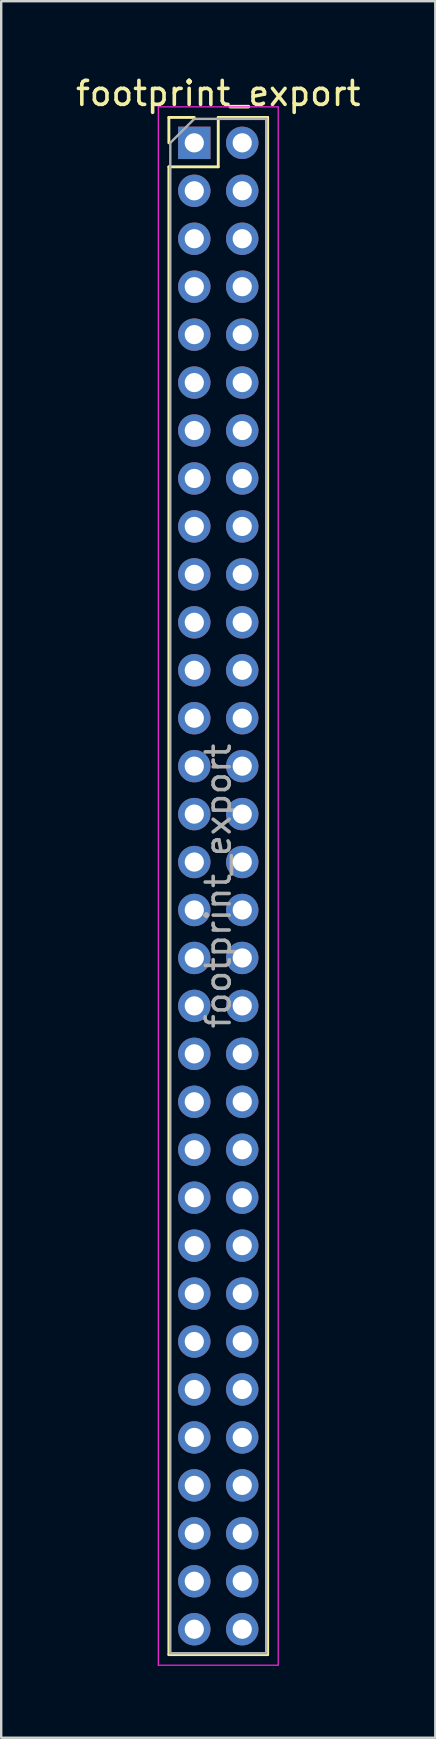
<source format=kicad_pcb>
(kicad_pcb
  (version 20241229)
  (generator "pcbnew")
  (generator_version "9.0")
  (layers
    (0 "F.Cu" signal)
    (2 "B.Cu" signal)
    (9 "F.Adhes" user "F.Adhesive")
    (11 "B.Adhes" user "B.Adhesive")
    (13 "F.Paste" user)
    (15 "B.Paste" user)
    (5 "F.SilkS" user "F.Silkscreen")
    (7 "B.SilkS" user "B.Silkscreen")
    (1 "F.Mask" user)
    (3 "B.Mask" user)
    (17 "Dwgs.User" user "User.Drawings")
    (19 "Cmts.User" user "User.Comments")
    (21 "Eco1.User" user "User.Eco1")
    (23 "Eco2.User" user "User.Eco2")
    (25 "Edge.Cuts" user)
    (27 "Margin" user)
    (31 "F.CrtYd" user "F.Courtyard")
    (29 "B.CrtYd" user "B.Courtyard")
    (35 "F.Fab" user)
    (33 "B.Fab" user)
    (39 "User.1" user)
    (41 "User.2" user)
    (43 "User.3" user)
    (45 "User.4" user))
  (footprint "footprint_export"
    (layer "F.Cu")
    (at 5.054 2.908)
    (property "Reference" "footprint_export" (at 1 -2.06 0) (layer "F.SilkS") (effects (font (size 1 1) (thickness 0.15))))
    (attr through_hole)
    (fp_line (start -1.06 -1.06) (end 0 -1.06) (stroke (width 0.12) (type solid)) (layer "F.SilkS"))
    (fp_line (start -1.06 0) (end -1.06 -1.06) (stroke (width 0.12) (type solid)) (layer "F.SilkS"))
    (fp_line (start -1.06 1) (end -1.06 63.06) (stroke (width 0.12) (type solid)) (layer "F.SilkS"))
    (fp_line (start -1.06 1) (end 1 1) (stroke (width 0.12) (type solid)) (layer "F.SilkS"))
    (fp_line (start -1.06 63.06) (end 3.06 63.06) (stroke (width 0.12) (type solid)) (layer "F.SilkS"))
    (fp_line (start 1 -1.06) (end 3.06 -1.06) (stroke (width 0.12) (type solid)) (layer "F.SilkS"))
    (fp_line (start 1 1) (end 1 -1.06) (stroke (width 0.12) (type solid)) (layer "F.SilkS"))
    (fp_line (start 3.06 -1.06) (end 3.06 63.06) (stroke (width 0.12) (type solid)) (layer "F.SilkS"))
    (fp_line (start -1.5 -1.5) (end -1.5 63.5) (stroke (width 0.05) (type solid)) (layer "F.CrtYd"))
    (fp_line (start -1.5 63.5) (end 3.5 63.5) (stroke (width 0.05) (type solid)) (layer "F.CrtYd"))
    (fp_line (start 3.5 -1.5) (end -1.5 -1.5) (stroke (width 0.05) (type solid)) (layer "F.CrtYd"))
    (fp_line (start 3.5 63.5) (end 3.5 -1.5) (stroke (width 0.05) (type solid)) (layer "F.CrtYd"))
    (fp_line (start -1 0) (end 0 -1) (stroke (width 0.1) (type solid)) (layer "F.Fab"))
    (fp_line (start -1 63) (end -1 0) (stroke (width 0.1) (type solid)) (layer "F.Fab"))
    (fp_line (start 0 -1) (end 3 -1) (stroke (width 0.1) (type solid)) (layer "F.Fab"))
    (fp_line (start 3 -1) (end 3 63) (stroke (width 0.1) (type solid)) (layer "F.Fab"))
    (fp_line (start 3 63) (end -1 63) (stroke (width 0.1) (type solid)) (layer "F.Fab"))
    (fp_text user "${REFERENCE}" (at 1 31 90) (layer "F.Fab") (effects (font (size 1 1) (thickness 0.15))))
    (pad "1" thru_hole rect (at 0 0) (size 1.35 1.35) (drill 0.8) (layers "*.Cu" "*.Mask"))
    (pad "2" thru_hole oval (at 2 0) (size 1.35 1.35) (drill 0.8) (layers "*.Cu" "*.Mask"))
    (pad "3" thru_hole oval (at 0 2) (size 1.35 1.35) (drill 0.8) (layers "*.Cu" "*.Mask"))
    (pad "4" thru_hole oval (at 2 2) (size 1.35 1.35) (drill 0.8) (layers "*.Cu" "*.Mask"))
    (pad "5" thru_hole oval (at 0 4) (size 1.35 1.35) (drill 0.8) (layers "*.Cu" "*.Mask"))
    (pad "6" thru_hole oval (at 2 4) (size 1.35 1.35) (drill 0.8) (layers "*.Cu" "*.Mask"))
    (pad "7" thru_hole oval (at 0 6) (size 1.35 1.35) (drill 0.8) (layers "*.Cu" "*.Mask"))
    (pad "8" thru_hole oval (at 2 6) (size 1.35 1.35) (drill 0.8) (layers "*.Cu" "*.Mask"))
    (pad "9" thru_hole oval (at 0 8) (size 1.35 1.35) (drill 0.8) (layers "*.Cu" "*.Mask"))
    (pad "10" thru_hole oval (at 2 8) (size 1.35 1.35) (drill 0.8) (layers "*.Cu" "*.Mask"))
    (pad "11" thru_hole oval (at 0 10) (size 1.35 1.35) (drill 0.8) (layers "*.Cu" "*.Mask"))
    (pad "12" thru_hole oval (at 2 10) (size 1.35 1.35) (drill 0.8) (layers "*.Cu" "*.Mask"))
    (pad "13" thru_hole oval (at 0 12) (size 1.35 1.35) (drill 0.8) (layers "*.Cu" "*.Mask"))
    (pad "14" thru_hole oval (at 2 12) (size 1.35 1.35) (drill 0.8) (layers "*.Cu" "*.Mask"))
    (pad "15" thru_hole oval (at 0 14) (size 1.35 1.35) (drill 0.8) (layers "*.Cu" "*.Mask"))
    (pad "16" thru_hole oval (at 2 14) (size 1.35 1.35) (drill 0.8) (layers "*.Cu" "*.Mask"))
    (pad "17" thru_hole oval (at 0 16) (size 1.35 1.35) (drill 0.8) (layers "*.Cu" "*.Mask"))
    (pad "18" thru_hole oval (at 2 16) (size 1.35 1.35) (drill 0.8) (layers "*.Cu" "*.Mask"))
    (pad "19" thru_hole oval (at 0 18) (size 1.35 1.35) (drill 0.8) (layers "*.Cu" "*.Mask"))
    (pad "20" thru_hole oval (at 2 18) (size 1.35 1.35) (drill 0.8) (layers "*.Cu" "*.Mask"))
    (pad "21" thru_hole oval (at 0 20) (size 1.35 1.35) (drill 0.8) (layers "*.Cu" "*.Mask"))
    (pad "22" thru_hole oval (at 2 20) (size 1.35 1.35) (drill 0.8) (layers "*.Cu" "*.Mask"))
    (pad "23" thru_hole oval (at 0 22) (size 1.35 1.35) (drill 0.8) (layers "*.Cu" "*.Mask"))
    (pad "24" thru_hole oval (at 2 22) (size 1.35 1.35) (drill 0.8) (layers "*.Cu" "*.Mask"))
    (pad "25" thru_hole oval (at 0 24) (size 1.35 1.35) (drill 0.8) (layers "*.Cu" "*.Mask"))
    (pad "26" thru_hole oval (at 2 24) (size 1.35 1.35) (drill 0.8) (layers "*.Cu" "*.Mask"))
    (pad "27" thru_hole oval (at 0 26) (size 1.35 1.35) (drill 0.8) (layers "*.Cu" "*.Mask"))
    (pad "28" thru_hole oval (at 2 26) (size 1.35 1.35) (drill 0.8) (layers "*.Cu" "*.Mask"))
    (pad "29" thru_hole oval (at 0 28) (size 1.35 1.35) (drill 0.8) (layers "*.Cu" "*.Mask"))
    (pad "30" thru_hole oval (at 2 28) (size 1.35 1.35) (drill 0.8) (layers "*.Cu" "*.Mask"))
    (pad "31" thru_hole oval (at 0 30) (size 1.35 1.35) (drill 0.8) (layers "*.Cu" "*.Mask"))
    (pad "32" thru_hole oval (at 2 30) (size 1.35 1.35) (drill 0.8) (layers "*.Cu" "*.Mask"))
    (pad "33" thru_hole oval (at 0 32) (size 1.35 1.35) (drill 0.8) (layers "*.Cu" "*.Mask"))
    (pad "34" thru_hole oval (at 2 32) (size 1.35 1.35) (drill 0.8) (layers "*.Cu" "*.Mask"))
    (pad "35" thru_hole oval (at 0 34) (size 1.35 1.35) (drill 0.8) (layers "*.Cu" "*.Mask"))
    (pad "36" thru_hole oval (at 2 34) (size 1.35 1.35) (drill 0.8) (layers "*.Cu" "*.Mask"))
    (pad "37" thru_hole oval (at 0 36) (size 1.35 1.35) (drill 0.8) (layers "*.Cu" "*.Mask"))
    (pad "38" thru_hole oval (at 2 36) (size 1.35 1.35) (drill 0.8) (layers "*.Cu" "*.Mask"))
    (pad "39" thru_hole oval (at 0 38) (size 1.35 1.35) (drill 0.8) (layers "*.Cu" "*.Mask"))
    (pad "40" thru_hole oval (at 2 38) (size 1.35 1.35) (drill 0.8) (layers "*.Cu" "*.Mask"))
    (pad "41" thru_hole oval (at 0 40) (size 1.35 1.35) (drill 0.8) (layers "*.Cu" "*.Mask"))
    (pad "42" thru_hole oval (at 2 40) (size 1.35 1.35) (drill 0.8) (layers "*.Cu" "*.Mask"))
    (pad "43" thru_hole oval (at 0 42) (size 1.35 1.35) (drill 0.8) (layers "*.Cu" "*.Mask"))
    (pad "44" thru_hole oval (at 2 42) (size 1.35 1.35) (drill 0.8) (layers "*.Cu" "*.Mask"))
    (pad "45" thru_hole oval (at 0 44) (size 1.35 1.35) (drill 0.8) (layers "*.Cu" "*.Mask"))
    (pad "46" thru_hole oval (at 2 44) (size 1.35 1.35) (drill 0.8) (layers "*.Cu" "*.Mask"))
    (pad "47" thru_hole oval (at 0 46) (size 1.35 1.35) (drill 0.8) (layers "*.Cu" "*.Mask"))
    (pad "48" thru_hole oval (at 2 46) (size 1.35 1.35) (drill 0.8) (layers "*.Cu" "*.Mask"))
    (pad "49" thru_hole oval (at 0 48) (size 1.35 1.35) (drill 0.8) (layers "*.Cu" "*.Mask"))
    (pad "50" thru_hole oval (at 2 48) (size 1.35 1.35) (drill 0.8) (layers "*.Cu" "*.Mask"))
    (pad "51" thru_hole oval (at 0 50) (size 1.35 1.35) (drill 0.8) (layers "*.Cu" "*.Mask"))
    (pad "52" thru_hole oval (at 2 50) (size 1.35 1.35) (drill 0.8) (layers "*.Cu" "*.Mask"))
    (pad "53" thru_hole oval (at 0 52) (size 1.35 1.35) (drill 0.8) (layers "*.Cu" "*.Mask"))
    (pad "54" thru_hole oval (at 2 52) (size 1.35 1.35) (drill 0.8) (layers "*.Cu" "*.Mask"))
    (pad "55" thru_hole oval (at 0 54) (size 1.35 1.35) (drill 0.8) (layers "*.Cu" "*.Mask"))
    (pad "56" thru_hole oval (at 2 54) (size 1.35 1.35) (drill 0.8) (layers "*.Cu" "*.Mask"))
    (pad "57" thru_hole oval (at 0 56) (size 1.35 1.35) (drill 0.8) (layers "*.Cu" "*.Mask"))
    (pad "58" thru_hole oval (at 2 56) (size 1.35 1.35) (drill 0.8) (layers "*.Cu" "*.Mask"))
    (pad "59" thru_hole oval (at 0 58) (size 1.35 1.35) (drill 0.8) (layers "*.Cu" "*.Mask"))
    (pad "60" thru_hole oval (at 2 58) (size 1.35 1.35) (drill 0.8) (layers "*.Cu" "*.Mask"))
    (pad "61" thru_hole oval (at 0 60) (size 1.35 1.35) (drill 0.8) (layers "*.Cu" "*.Mask"))
    (pad "62" thru_hole oval (at 2 60) (size 1.35 1.35) (drill 0.8) (layers "*.Cu" "*.Mask"))
    (pad "63" thru_hole oval (at 0 62) (size 1.35 1.35) (drill 0.8) (layers "*.Cu" "*.Mask"))
    (pad "64" thru_hole oval (at 2 62) (size 1.35 1.35) (drill 0.8) (layers "*.Cu" "*.Mask")))
  (gr_rect
    (start -3 -3)
    (end 15.107 69.433)
    (stroke (width 0.1) (type default))
    (fill no)
    (layer "Edge.Cuts")))
</source>
